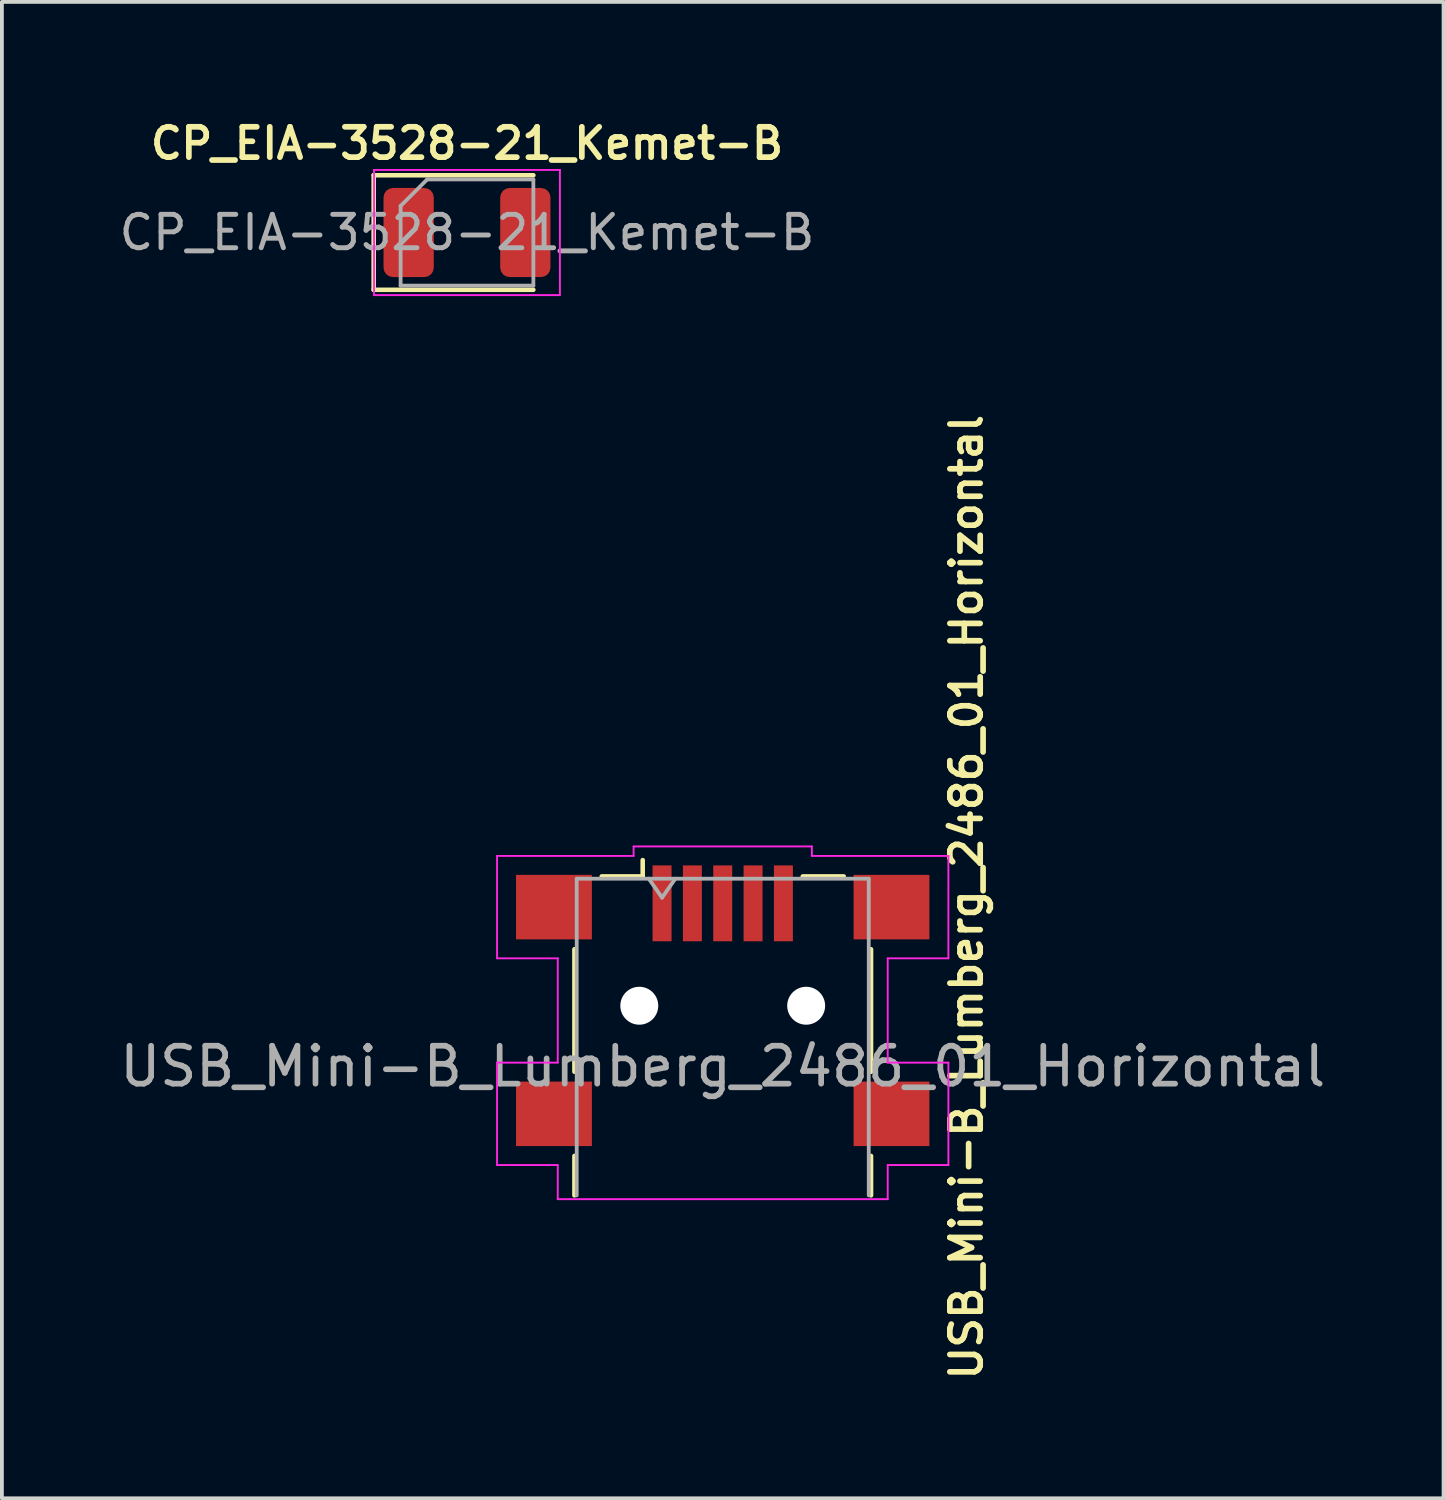
<source format=kicad_pcb>
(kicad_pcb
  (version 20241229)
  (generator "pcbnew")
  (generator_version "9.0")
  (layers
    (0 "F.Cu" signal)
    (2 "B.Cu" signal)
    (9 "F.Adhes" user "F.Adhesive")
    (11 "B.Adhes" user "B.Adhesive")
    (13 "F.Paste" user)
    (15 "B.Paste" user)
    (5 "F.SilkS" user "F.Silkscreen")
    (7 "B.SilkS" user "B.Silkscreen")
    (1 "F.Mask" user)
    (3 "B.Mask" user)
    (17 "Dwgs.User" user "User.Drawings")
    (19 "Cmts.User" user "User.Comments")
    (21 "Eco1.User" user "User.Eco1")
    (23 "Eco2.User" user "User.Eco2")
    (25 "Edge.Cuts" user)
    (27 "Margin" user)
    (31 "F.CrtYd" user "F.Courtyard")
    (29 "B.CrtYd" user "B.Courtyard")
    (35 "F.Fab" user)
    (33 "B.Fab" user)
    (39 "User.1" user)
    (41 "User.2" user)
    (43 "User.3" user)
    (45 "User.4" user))
  (footprint "CP_EIA-3528-21_Kemet-B"
    (layer "F.Cu")
    (at 9.263 3.081)
    (property "Reference" "CP_EIA-3528-21_Kemet-B" (at 0 -2.35 0) (layer "F.SilkS") (effects (font (size 0.8 0.8) (thickness 0.15))))
    (attr smd)
    (fp_line (start -2.46 -1.51) (end -2.46 1.51) (stroke (width 0.12) (type solid)) (layer "F.SilkS"))
    (fp_line (start -2.46 1.51) (end 1.75 1.51) (stroke (width 0.12) (type solid)) (layer "F.SilkS"))
    (fp_line (start 1.75 -1.51) (end -2.46 -1.51) (stroke (width 0.12) (type solid)) (layer "F.SilkS"))
    (fp_line (start -2.45 -1.65) (end 2.45 -1.65) (stroke (width 0.05) (type solid)) (layer "F.CrtYd"))
    (fp_line (start -2.45 1.65) (end -2.45 -1.65) (stroke (width 0.05) (type solid)) (layer "F.CrtYd"))
    (fp_line (start 2.45 -1.65) (end 2.45 1.65) (stroke (width 0.05) (type solid)) (layer "F.CrtYd"))
    (fp_line (start 2.45 1.65) (end -2.45 1.65) (stroke (width 0.05) (type solid)) (layer "F.CrtYd"))
    (fp_line (start -1.75 -0.7) (end -1.75 1.4) (stroke (width 0.1) (type solid)) (layer "F.Fab"))
    (fp_line (start -1.75 1.4) (end 1.75 1.4) (stroke (width 0.1) (type solid)) (layer "F.Fab"))
    (fp_line (start -1.05 -1.4) (end -1.75 -0.7) (stroke (width 0.1) (type solid)) (layer "F.Fab"))
    (fp_line (start 1.75 -1.4) (end -1.05 -1.4) (stroke (width 0.1) (type solid)) (layer "F.Fab"))
    (fp_line (start 1.75 1.4) (end 1.75 -1.4) (stroke (width 0.1) (type solid)) (layer "F.Fab"))
    (fp_text user "${REFERENCE}" (at 0 0 0) (layer "F.Fab") (effects (font (size 0.88 0.88) (thickness 0.13))))
    (pad "1" smd roundrect (at -1.538 0) (size 1.325 2.35) (layers "F.Cu" "F.Mask" "F.Paste") (roundrect_rratio 0.189))
    (pad "2" smd roundrect (at 1.538 0) (size 1.325 2.35) (layers "F.Cu" "F.Mask" "F.Paste") (roundrect_rratio 0.189)))
  (footprint "USB_Mini-B_Lumberg_2486_01_Horizontal"
    (layer "F.Cu")
    (at 16.006 23.468)
    (property "Reference" "USB_Mini-B_Lumberg_2486_01_Horizontal" (at 6.426 -2.862 89.999) (layer "F.SilkS") (effects (font (size 0.8 0.8) (thickness 0.15))))
    (attr smd)
    (fp_line (start -3.91 1.74) (end -3.91 -1.49) (stroke (width 0.12) (type solid)) (layer "F.SilkS"))
    (fp_line (start -3.91 5) (end -3.91 3.96) (stroke (width 0.12) (type solid)) (layer "F.SilkS"))
    (fp_line (start -3.19 -3.41) (end -2.11 -3.41) (stroke (width 0.12) (type solid)) (layer "F.SilkS"))
    (fp_line (start -2.11 -3.41) (end -2.11 -3.84) (stroke (width 0.12) (type solid)) (layer "F.SilkS"))
    (fp_line (start 2.11 -3.41) (end 3.19 -3.41) (stroke (width 0.12) (type solid)) (layer "F.SilkS"))
    (fp_line (start 3.91 1.74) (end 3.91 -1.49) (stroke (width 0.12) (type solid)) (layer "F.SilkS"))
    (fp_line (start 3.91 5) (end 3.91 3.96) (stroke (width 0.12) (type solid)) (layer "F.SilkS"))
    (fp_line (start -5.95 -3.95) (end -5.95 -1.25) (stroke (width 0.05) (type solid)) (layer "F.CrtYd"))
    (fp_line (start -5.95 -3.95) (end -2.35 -3.95) (stroke (width 0.05) (type solid)) (layer "F.CrtYd"))
    (fp_line (start -5.95 1.5) (end -5.95 4.2) (stroke (width 0.05) (type solid)) (layer "F.CrtYd"))
    (fp_line (start -4.35 -1.25) (end -5.95 -1.25) (stroke (width 0.05) (type solid)) (layer "F.CrtYd"))
    (fp_line (start -4.35 -1.25) (end -4.35 1.5) (stroke (width 0.05) (type solid)) (layer "F.CrtYd"))
    (fp_line (start -4.35 1.5) (end -5.95 1.5) (stroke (width 0.05) (type solid)) (layer "F.CrtYd"))
    (fp_line (start -4.35 4.2) (end -5.95 4.2) (stroke (width 0.05) (type solid)) (layer "F.CrtYd"))
    (fp_line (start -4.35 5.1) (end -4.35 4.2) (stroke (width 0.05) (type solid)) (layer "F.CrtYd"))
    (fp_line (start -4.35 5.1) (end 4.35 5.1) (stroke (width 0.05) (type solid)) (layer "F.CrtYd"))
    (fp_line (start -2.35 -3.95) (end -2.35 -4.2) (stroke (width 0.05) (type solid)) (layer "F.CrtYd"))
    (fp_line (start 2.35 -4.2) (end -2.35 -4.2) (stroke (width 0.05) (type solid)) (layer "F.CrtYd"))
    (fp_line (start 2.35 -3.95) (end 2.35 -4.2) (stroke (width 0.05) (type solid)) (layer "F.CrtYd"))
    (fp_line (start 4.35 -1.25) (end 4.35 1.5) (stroke (width 0.05) (type solid)) (layer "F.CrtYd"))
    (fp_line (start 4.35 -1.25) (end 5.95 -1.25) (stroke (width 0.05) (type solid)) (layer "F.CrtYd"))
    (fp_line (start 4.35 1.5) (end 5.95 1.5) (stroke (width 0.05) (type solid)) (layer "F.CrtYd"))
    (fp_line (start 4.35 4.2) (end 5.95 4.2) (stroke (width 0.05) (type solid)) (layer "F.CrtYd"))
    (fp_line (start 4.35 5.1) (end 4.35 4.2) (stroke (width 0.05) (type solid)) (layer "F.CrtYd"))
    (fp_line (start 5.95 -3.95) (end 2.35 -3.95) (stroke (width 0.05) (type solid)) (layer "F.CrtYd"))
    (fp_line (start 5.95 -3.95) (end 5.95 -1.25) (stroke (width 0.05) (type solid)) (layer "F.CrtYd"))
    (fp_line (start 5.95 1.5) (end 5.95 4.2) (stroke (width 0.05) (type solid)) (layer "F.CrtYd"))
    (fp_line (start -3.85 -3.35) (end -3.85 5) (stroke (width 0.1) (type solid)) (layer "F.Fab"))
    (fp_line (start -3.85 -3.35) (end 3.85 -3.35) (stroke (width 0.1) (type solid)) (layer "F.Fab"))
    (fp_line (start -1.95 -3.35) (end -1.6 -2.85) (stroke (width 0.1) (type solid)) (layer "F.Fab"))
    (fp_line (start -1.6 -2.85) (end -1.25 -3.35) (stroke (width 0.1) (type solid)) (layer "F.Fab"))
    (fp_line (start 3.85 5) (end 3.85 -3.35) (stroke (width 0.1) (type solid)) (layer "F.Fab"))
    (fp_text user "${REFERENCE}" (at 0 1.6 180) (layer "F.Fab") (effects (font (size 1 1) (thickness 0.15))))
    (pad "" np_thru_hole circle (at -2.2 0) (size 1 1) (drill 1) (layers "*.Cu" "*.Mask"))
    (pad "" np_thru_hole circle (at 2.2 0) (size 1 1) (drill 1) (layers "*.Cu" "*.Mask"))
    (pad "1" smd rect (at -1.6 -2.7) (size 0.5 2) (layers "F.Cu" "F.Mask" "F.Paste"))
    (pad "2" smd rect (at -0.8 -2.7) (size 0.5 2) (layers "F.Cu" "F.Mask" "F.Paste"))
    (pad "3" smd rect (at 0 -2.7) (size 0.5 2) (layers "F.Cu" "F.Mask" "F.Paste"))
    (pad "4" smd rect (at 0.8 -2.7) (size 0.5 2) (layers "F.Cu" "F.Mask" "F.Paste"))
    (pad "5" smd rect (at 1.6 -2.7) (size 0.5 2) (layers "F.Cu" "F.Mask" "F.Paste"))
    (pad "6" smd rect (at -4.45 -2.6) (size 2 1.7) (layers "F.Cu" "F.Mask" "F.Paste"))
    (pad "6" smd rect (at -4.45 2.85) (size 2 1.7) (layers "F.Cu" "F.Mask" "F.Paste"))
    (pad "6" smd rect (at 4.45 -2.6) (size 2 1.7) (layers "F.Cu" "F.Mask" "F.Paste"))
    (pad "6" smd rect (at 4.45 2.85) (size 2 1.7) (layers "F.Cu" "F.Mask" "F.Paste")))
  (gr_rect
    (start -3 -3)
    (end 35.012 36.456)
    (stroke (width 0.1) (type default))
    (fill no)
    (layer "Edge.Cuts")))
</source>
